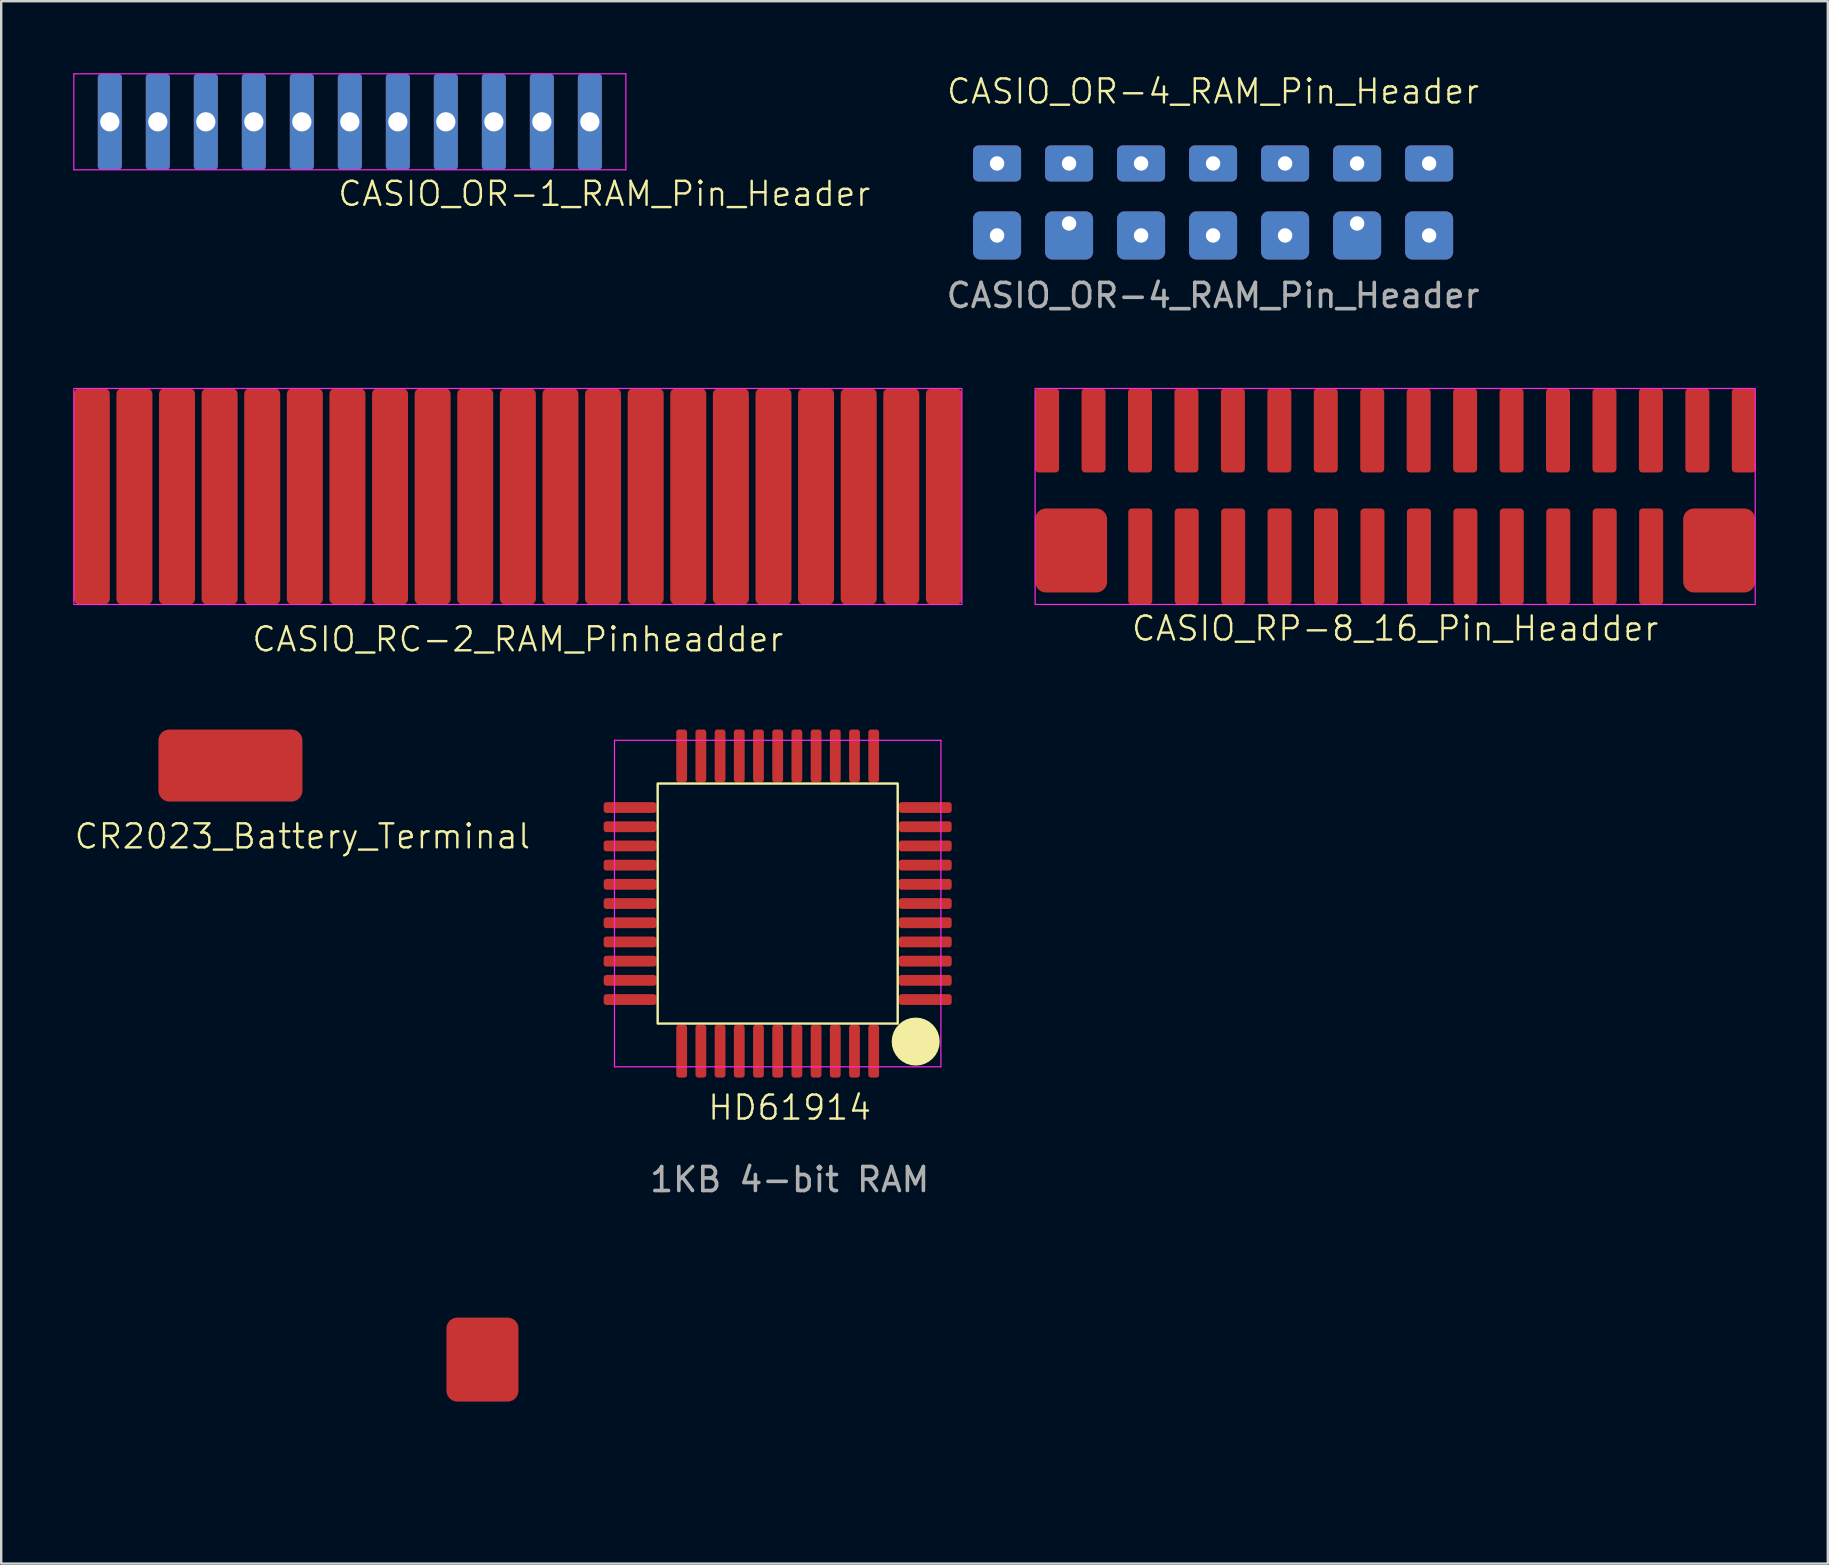
<source format=kicad_pcb>
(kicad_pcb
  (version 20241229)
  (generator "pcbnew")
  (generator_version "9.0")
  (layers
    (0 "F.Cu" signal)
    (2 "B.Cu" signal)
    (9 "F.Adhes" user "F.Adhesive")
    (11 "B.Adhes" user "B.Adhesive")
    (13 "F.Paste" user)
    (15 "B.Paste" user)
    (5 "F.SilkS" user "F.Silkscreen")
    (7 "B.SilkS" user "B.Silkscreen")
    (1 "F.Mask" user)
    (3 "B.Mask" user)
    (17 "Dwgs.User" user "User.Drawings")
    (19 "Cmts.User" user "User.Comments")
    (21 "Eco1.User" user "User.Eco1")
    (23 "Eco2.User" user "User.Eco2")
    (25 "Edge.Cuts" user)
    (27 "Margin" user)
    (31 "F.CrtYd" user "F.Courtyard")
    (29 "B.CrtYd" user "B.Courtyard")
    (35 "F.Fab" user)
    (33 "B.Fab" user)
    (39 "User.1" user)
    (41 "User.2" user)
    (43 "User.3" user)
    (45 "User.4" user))
  (footprint "CASIO_RP-8_16_Pin_Headder"
    (layer "F.Cu")
    (at 55.075 22.134)
    (property "Reference" "CASIO_RP-8_16_Pin_Headder" (at 0 1 0) (unlocked yes) (layer "F.SilkS") (effects (font (size 1 1) (thickness 0.1))))
    (attr exclude_from_pos_files exclude_from_bom)
    (fp_rect (start -15 -9) (end 15 0) (stroke (width 0.05) (type default)) (fill no) (layer "F.CrtYd"))
    (pad "1" smd roundrect (at -14.5 -7.25) (size 1 3.5) (layers "F.Cu" "F.Mask" "F.Paste") (roundrect_rratio 0.15))
    (pad "2" smd roundrect (at -12.565 -7.25) (size 1 3.5) (layers "F.Cu" "F.Mask" "F.Paste") (roundrect_rratio 0.15))
    (pad "3" smd roundrect (at -10.63 -7.25) (size 1 3.5) (layers "F.Cu" "F.Mask" "F.Paste") (roundrect_rratio 0.15))
    (pad "4" smd roundrect (at -8.695 -7.25) (size 1 3.5) (layers "F.Cu" "F.Mask" "F.Paste") (roundrect_rratio 0.15))
    (pad "5" smd roundrect (at -6.76 -7.25) (size 1 3.5) (layers "F.Cu" "F.Mask" "F.Paste") (roundrect_rratio 0.15))
    (pad "6" smd roundrect (at -4.825 -7.25) (size 1 3.5) (layers "F.Cu" "F.Mask" "F.Paste") (roundrect_rratio 0.15))
    (pad "7" smd roundrect (at -2.89 -7.25) (size 1 3.5) (layers "F.Cu" "F.Mask" "F.Paste") (roundrect_rratio 0.15))
    (pad "8" smd roundrect (at -0.955 -7.25) (size 1 3.5) (layers "F.Cu" "F.Mask" "F.Paste") (roundrect_rratio 0.15))
    (pad "9" smd roundrect (at 0.98 -7.25) (size 1 3.5) (layers "F.Cu" "F.Mask" "F.Paste") (roundrect_rratio 0.15))
    (pad "10" smd roundrect (at 2.915 -7.25) (size 1 3.5) (layers "F.Cu" "F.Mask" "F.Paste") (roundrect_rratio 0.15))
    (pad "11" smd roundrect (at 4.85 -7.25) (size 1 3.5) (layers "F.Cu" "F.Mask" "F.Paste") (roundrect_rratio 0.15))
    (pad "12" smd roundrect (at 6.785 -7.25) (size 1 3.5) (layers "F.Cu" "F.Mask" "F.Paste") (roundrect_rratio 0.15))
    (pad "13" smd roundrect (at 8.72 -7.25) (size 1 3.5) (layers "F.Cu" "F.Mask" "F.Paste") (roundrect_rratio 0.15))
    (pad "14" smd roundrect (at 10.655 -7.25) (size 1 3.5) (layers "F.Cu" "F.Mask" "F.Paste") (roundrect_rratio 0.15))
    (pad "15" smd roundrect (at 12.59 -7.25) (size 1 3.5) (layers "F.Cu" "F.Mask" "F.Paste") (roundrect_rratio 0.15))
    (pad "16" smd roundrect (at 14.525 -7.25) (size 1 3.5) (layers "F.Cu" "F.Mask" "F.Paste") (roundrect_rratio 0.15))
    (pad "17" smd roundrect (at -13.5 -2.25) (size 3 3.5) (layers "F.Cu" "F.Mask" "F.Paste") (roundrect_rratio 0.15))
    (pad "18" smd roundrect (at -10.62 -2) (size 1 4) (layers "F.Cu" "F.Mask" "F.Paste") (roundrect_rratio 0.15))
    (pad "19" smd roundrect (at -8.685 -2) (size 1 4) (layers "F.Cu" "F.Mask" "F.Paste") (roundrect_rratio 0.15))
    (pad "20" smd roundrect (at -6.75 -2) (size 1 4) (layers "F.Cu" "F.Mask" "F.Paste") (roundrect_rratio 0.15))
    (pad "21" smd roundrect (at -4.815 -2) (size 1 4) (layers "F.Cu" "F.Mask" "F.Paste") (roundrect_rratio 0.15))
    (pad "22" smd roundrect (at -2.88 -2) (size 1 4) (layers "F.Cu" "F.Mask" "F.Paste") (roundrect_rratio 0.15))
    (pad "23" smd roundrect (at -0.945 -2) (size 1 4) (layers "F.Cu" "F.Mask" "F.Paste") (roundrect_rratio 0.15))
    (pad "24" smd roundrect (at 0.99 -2) (size 1 4) (layers "F.Cu" "F.Mask" "F.Paste") (roundrect_rratio 0.15))
    (pad "25" smd roundrect (at 2.925 -2) (size 1 4) (layers "F.Cu" "F.Mask" "F.Paste") (roundrect_rratio 0.15))
    (pad "26" smd roundrect (at 4.86 -2) (size 1 4) (layers "F.Cu" "F.Mask" "F.Paste") (roundrect_rratio 0.15))
    (pad "27" smd roundrect (at 6.795 -2) (size 1 4) (layers "F.Cu" "F.Mask" "F.Paste") (roundrect_rratio 0.15))
    (pad "28" smd roundrect (at 8.73 -2) (size 1 4) (layers "F.Cu" "F.Mask" "F.Paste") (roundrect_rratio 0.15))
    (pad "29" smd roundrect (at 10.665 -2) (size 1 4) (layers "F.Cu" "F.Mask" "F.Paste") (roundrect_rratio 0.15))
    (pad "30" smd roundrect (at 13.5 -2.25) (size 3 3.5) (layers "F.Cu" "F.Mask" "F.Paste") (roundrect_rratio 0.15)))
  (footprint "CR2023_Battery_Terminal"
    (layer "F.Cu")
    (at 9.55 58.844)
    (property "Reference" "CR2023_Battery_Terminal" (at 0 -27.05 0) (unlocked yes) (layer "F.SilkS") (effects (font (size 1 1) (thickness 0.1))))
    (attr exclude_from_pos_files exclude_from_bom)
    (pad "1" smd roundrect (at 7.5 -5.25) (size 3 3.5) (layers "F.Cu" "F.Mask" "F.Paste") (roundrect_rratio 0.15))
    (pad "2" smd roundrect (at -3 -30) (size 6 3) (layers "F.Cu" "F.Mask" "F.Paste") (roundrect_rratio 0.15)))
  (footprint "CASIO_OR-4_RAM_Pin_Header"
    (layer "F.Cu")
    (at 47.49 3.76)
    (property "Reference" "CASIO_OR-4_RAM_Pin_Header" (at 0 -3 0) (unlocked yes) (layer "F.SilkS") (effects (font (size 1 1) (thickness 0.1))))
    (attr smd)
    (fp_text user "${REFERENCE}" (at 0 5.5 0) (unlocked yes) (layer "F.Fab") (effects (font (size 1 1) (thickness 0.15))))
    (pad "1" thru_hole roundrect (at -9 0) (size 2 1.5) (drill 0.6) (layers "*.Cu" "*.Mask") (roundrect_rratio 0.15))
    (pad "2" thru_hole roundrect (at -6 0) (size 2 1.5) (drill 0.6) (layers "*.Cu" "*.Mask") (roundrect_rratio 0.15))
    (pad "3" thru_hole roundrect (at -3 0) (size 2 1.5) (drill 0.6) (layers "*.Cu" "*.Mask") (roundrect_rratio 0.15))
    (pad "4" thru_hole roundrect (at 0 0) (size 2 1.5) (drill 0.6) (layers "*.Cu" "*.Mask") (roundrect_rratio 0.15))
    (pad "5" thru_hole roundrect (at 3 0) (size 2 1.5) (drill 0.6) (layers "*.Cu" "*.Mask") (roundrect_rratio 0.15))
    (pad "6" thru_hole roundrect (at 6 0) (size 2 1.5) (drill 0.6) (layers "*.Cu" "*.Mask") (roundrect_rratio 0.15))
    (pad "7" thru_hole roundrect (at 9 0) (size 2 1.5) (drill 0.6) (layers "*.Cu" "*.Mask") (roundrect_rratio 0.15))
    (pad "8" thru_hole roundrect (at -9 3) (size 2 2) (drill 0.6) (layers "*.Cu" "*.Mask") (roundrect_rratio 0.15))
    (pad "9" thru_hole roundrect (at -6 2.5) (size 2 2) (drill 0.6 (offset 0 0.5)) (layers "*.Cu" "*.Mask") (roundrect_rratio 0.15))
    (pad "10" thru_hole roundrect (at -3 3) (size 2 2) (drill 0.6) (layers "*.Cu" "*.Mask") (roundrect_rratio 0.15))
    (pad "11" thru_hole roundrect (at 0 3) (size 2 2) (drill 0.6) (layers "*.Cu" "*.Mask") (roundrect_rratio 0.15))
    (pad "12" thru_hole roundrect (at 3 3) (size 2 2) (drill 0.6) (layers "*.Cu" "*.Mask") (roundrect_rratio 0.15))
    (pad "13" thru_hole roundrect (at 6 2.5) (size 2 2) (drill 0.6 (offset 0 0.5)) (layers "*.Cu" "*.Mask") (roundrect_rratio 0.15))
    (pad "14" thru_hole roundrect (at 9 3) (size 2 2) (drill 0.6) (layers "*.Cu" "*.Mask") (roundrect_rratio 0.15)))
  (footprint "CASIO_OR-1_RAM_Pin_Header"
    (layer "F.Cu")
    (at 11.525 5.025)
    (property "Reference" "CASIO_OR-1_RAM_Pin_Header" (at 10.6 0 0) (unlocked yes) (layer "F.SilkS") (effects (font (size 1 1) (thickness 0.1))))
    (attr exclude_from_pos_files exclude_from_bom)
    (fp_line (start -11.5 -5) (end -11.5 -1) (stroke (width 0.05) (type default)) (layer "F.CrtYd"))
    (fp_line (start -11.5 -5) (end 11.5 -5) (stroke (width 0.05) (type default)) (layer "F.CrtYd"))
    (fp_line (start -11.5 -1) (end 11.5 -1) (stroke (width 0.05) (type default)) (layer "F.CrtYd"))
    (fp_line (start 11.5 -5) (end 11.5 -1) (stroke (width 0.05) (type default)) (layer "F.CrtYd"))
    (pad "1" thru_hole roundrect (at -10 -3) (size 1 4) (drill 0.8) (layers "*.Cu" "*.Mask") (roundrect_rratio 0.15))
    (pad "2" thru_hole roundrect (at -8 -3) (size 1 4) (drill 0.8) (layers "*.Cu" "*.Mask") (roundrect_rratio 0.15))
    (pad "3" thru_hole roundrect (at -6 -3) (size 1 4) (drill 0.8) (layers "*.Cu" "*.Mask") (roundrect_rratio 0.15))
    (pad "4" thru_hole roundrect (at -4 -3) (size 1 4) (drill 0.8) (layers "*.Cu" "*.Mask") (roundrect_rratio 0.15))
    (pad "5" thru_hole roundrect (at -2 -3) (size 1 4) (drill 0.8) (layers "*.Cu" "*.Mask") (roundrect_rratio 0.15))
    (pad "6" thru_hole roundrect (at 0 -3) (size 1 4) (drill 0.8) (layers "*.Cu" "*.Mask") (roundrect_rratio 0.15))
    (pad "7" thru_hole roundrect (at 2 -3) (size 1 4) (drill 0.8) (layers "*.Cu" "*.Mask") (roundrect_rratio 0.15))
    (pad "8" thru_hole roundrect (at 4 -3) (size 1 4) (drill 0.8) (layers "*.Cu" "*.Mask") (roundrect_rratio 0.15))
    (pad "9" thru_hole roundrect (at 6 -3) (size 1 4) (drill 0.8) (layers "*.Cu" "*.Mask") (roundrect_rratio 0.15))
    (pad "10" thru_hole roundrect (at 8 -3) (size 1 4) (drill 0.8) (layers "*.Cu" "*.Mask") (roundrect_rratio 0.15))
    (pad "11" thru_hole roundrect (at 10 -3) (size 1 4) (drill 0.8) (layers "*.Cu" "*.Mask") (roundrect_rratio 0.15)))
  (footprint "CASIO_RC-2_RAM_Pinheadder"
    (layer "F.Cu")
    (at 18.525 22.134)
    (property "Reference" "CASIO_RC-2_RAM_Pinheadder" (at 0 1.45 0) (unlocked yes) (layer "F.SilkS") (effects (font (size 1 1) (thickness 0.1))))
    (attr exclude_from_pos_files exclude_from_bom)
    (fp_rect (start -18.5 -9) (end 18.5 0) (stroke (width 0.05) (type solid)) (fill no) (layer "F.CrtYd"))
    (pad "1" smd roundrect (at -17.75 -4.5) (size 1.5 9) (layers "F.Cu" "F.Mask" "F.Paste") (roundrect_rratio 0.15))
    (pad "2" smd roundrect (at -15.975 -4.5) (size 1.5 9) (layers "F.Cu" "F.Mask" "F.Paste") (roundrect_rratio 0.15))
    (pad "3" smd roundrect (at -14.2 -4.5) (size 1.5 9) (layers "F.Cu" "F.Mask" "F.Paste") (roundrect_rratio 0.15))
    (pad "4" smd roundrect (at -12.425 -4.5) (size 1.5 9) (layers "F.Cu" "F.Mask" "F.Paste") (roundrect_rratio 0.15))
    (pad "5" smd roundrect (at -10.65 -4.5) (size 1.5 9) (layers "F.Cu" "F.Mask" "F.Paste") (roundrect_rratio 0.15))
    (pad "6" smd roundrect (at -8.875 -4.5) (size 1.5 9) (layers "F.Cu" "F.Mask" "F.Paste") (roundrect_rratio 0.15))
    (pad "7" smd roundrect (at -7.1 -4.5) (size 1.5 9) (layers "F.Cu" "F.Mask" "F.Paste") (roundrect_rratio 0.15))
    (pad "8" smd roundrect (at -5.325 -4.5) (size 1.5 9) (layers "F.Cu" "F.Mask" "F.Paste") (roundrect_rratio 0.15))
    (pad "9" smd roundrect (at -3.55 -4.5) (size 1.5 9) (layers "F.Cu" "F.Mask" "F.Paste") (roundrect_rratio 0.15))
    (pad "10" smd roundrect (at -1.775 -4.5) (size 1.5 9) (layers "F.Cu" "F.Mask" "F.Paste") (roundrect_rratio 0.15))
    (pad "11" smd roundrect (at 0 -4.5) (size 1.5 9) (layers "F.Cu" "F.Mask" "F.Paste" "Eco1.User") (roundrect_rratio 0.15))
    (pad "12" smd roundrect (at 1.775 -4.5) (size 1.5 9) (layers "F.Cu" "F.Mask" "F.Paste") (roundrect_rratio 0.15))
    (pad "13" smd roundrect (at 3.55 -4.5) (size 1.5 9) (layers "F.Cu" "F.Mask" "F.Paste") (roundrect_rratio 0.15))
    (pad "14" smd roundrect (at 5.325 -4.5) (size 1.5 9) (layers "F.Cu" "F.Mask" "F.Paste") (roundrect_rratio 0.15))
    (pad "15" smd roundrect (at 7.1 -4.5) (size 1.5 9) (layers "F.Cu" "F.Mask" "F.Paste") (roundrect_rratio 0.15))
    (pad "16" smd roundrect (at 8.875 -4.5) (size 1.5 9) (layers "F.Cu" "F.Mask" "F.Paste") (roundrect_rratio 0.15))
    (pad "17" smd roundrect (at 10.65 -4.5) (size 1.5 9) (layers "F.Cu" "F.Mask" "F.Paste") (roundrect_rratio 0.15))
    (pad "18" smd roundrect (at 12.425 -4.5) (size 1.5 9) (layers "F.Cu" "F.Mask" "F.Paste") (roundrect_rratio 0.15))
    (pad "19" smd roundrect (at 14.2 -4.5) (size 1.5 9) (layers "F.Cu" "F.Mask" "F.Paste") (roundrect_rratio 0.15))
    (pad "20" smd roundrect (at 15.975 -4.5) (size 1.5 9) (layers "F.Cu" "F.Mask" "F.Paste") (roundrect_rratio 0.15))
    (pad "21" smd roundrect (at 17.75 -4.5) (size 1.5 9) (layers "F.Cu" "F.Mask" "F.Paste") (roundrect_rratio 0.15)))
  (footprint "HD61914"
    (layer "F.Cu")
    (at 29.85 46.094)
    (property "Reference" "HD61914" (at 0 -3 0) (unlocked yes) (layer "F.SilkS") (effects (font (size 1 1) (thickness 0.1))))
    (attr smd)
    (fp_rect (start -5.5 -16.5) (end 4.5 -6.5) (stroke (width 0.1) (type default)) (fill no) (layer "F.SilkS"))
    (fp_circle (center 5.25 -5.75) (end 5.75 -5.75) (stroke (width 1) (type solid)) (fill no) (layer "F.SilkS"))
    (fp_line (start -7.3 -18.3) (end 6.3 -18.3) (stroke (width 0.05) (type default)) (layer "F.CrtYd"))
    (fp_line (start -7.3 -4.7) (end -7.3 -18.3) (stroke (width 0.05) (type default)) (layer "F.CrtYd"))
    (fp_line (start 6.3 -18.3) (end 6.3 -4.7) (stroke (width 0.05) (type default)) (layer "F.CrtYd"))
    (fp_line (start 6.3 -4.7) (end -7.3 -4.7) (stroke (width 0.05) (type default)) (layer "F.CrtYd"))
    (fp_text user "1KB 4-bit RAM" (at 0 0 0) (unlocked yes) (layer "F.Fab") (effects (font (size 1 1) (thickness 0.15))))
    (pad "1" smd roundrect (at 5.65 -7.5) (size 2.2 0.45) (layers "F.Cu" "F.Mask" "F.Paste") (roundrect_rratio 0.25))
    (pad "2" smd roundrect (at 5.65 -8.3) (size 2.2 0.45) (layers "F.Cu" "F.Mask" "F.Paste") (roundrect_rratio 0.25))
    (pad "3" smd roundrect (at 5.65 -9.1) (size 2.2 0.45) (layers "F.Cu" "F.Mask" "F.Paste") (roundrect_rratio 0.25))
    (pad "4" smd roundrect (at 5.65 -9.9) (size 2.2 0.45) (layers "F.Cu" "F.Mask" "F.Paste") (roundrect_rratio 0.25))
    (pad "5" smd roundrect (at 5.65 -10.7) (size 2.2 0.45) (layers "F.Cu" "F.Mask" "F.Paste") (roundrect_rratio 0.25))
    (pad "6" smd roundrect (at 5.65 -11.5) (size 2.2 0.45) (layers "F.Cu" "F.Mask" "F.Paste") (roundrect_rratio 0.25))
    (pad "7" smd roundrect (at 5.65 -12.3) (size 2.2 0.45) (layers "F.Cu" "F.Mask" "F.Paste") (roundrect_rratio 0.25))
    (pad "8" smd roundrect (at 5.65 -13.1) (size 2.2 0.45) (layers "F.Cu" "F.Mask" "F.Paste") (roundrect_rratio 0.25))
    (pad "9" smd roundrect (at 5.65 -13.9) (size 2.2 0.45) (layers "F.Cu" "F.Mask" "F.Paste") (roundrect_rratio 0.25))
    (pad "10" smd roundrect (at 5.65 -14.7) (size 2.2 0.45) (layers "F.Cu" "F.Mask" "F.Paste") (roundrect_rratio 0.25))
    (pad "11" smd roundrect (at 5.65 -15.5) (size 2.2 0.45) (layers "F.Cu" "F.Mask" "F.Paste") (roundrect_rratio 0.25))
    (pad "12" smd roundrect (at 3.5 -17.65) (size 0.45 2.2) (layers "F.Cu" "F.Mask" "F.Paste") (roundrect_rratio 0.25))
    (pad "13" smd roundrect (at 2.7 -17.65) (size 0.45 2.2) (layers "F.Cu" "F.Mask" "F.Paste") (roundrect_rratio 0.25))
    (pad "14" smd roundrect (at 1.9 -17.65) (size 0.45 2.2) (layers "F.Cu" "F.Mask" "F.Paste") (roundrect_rratio 0.25))
    (pad "15" smd roundrect (at 1.1 -17.65) (size 0.45 2.2) (layers "F.Cu" "F.Mask" "F.Paste") (roundrect_rratio 0.25))
    (pad "16" smd roundrect (at 0.3 -17.65) (size 0.45 2.2) (layers "F.Cu" "F.Mask" "F.Paste") (roundrect_rratio 0.25))
    (pad "17" smd roundrect (at -0.5 -17.65) (size 0.45 2.2) (layers "F.Cu" "F.Mask" "F.Paste") (roundrect_rratio 0.25))
    (pad "18" smd roundrect (at -1.3 -17.65) (size 0.45 2.2) (layers "F.Cu" "F.Mask" "F.Paste") (roundrect_rratio 0.25))
    (pad "19" smd roundrect (at -2.1 -17.65) (size 0.45 2.2) (layers "F.Cu" "F.Mask" "F.Paste") (roundrect_rratio 0.25))
    (pad "20" smd roundrect (at -2.9 -17.65) (size 0.45 2.2) (layers "F.Cu" "F.Mask" "F.Paste") (roundrect_rratio 0.25))
    (pad "21" smd roundrect (at -3.7 -17.65) (size 0.45 2.2) (layers "F.Cu" "F.Mask" "F.Paste") (roundrect_rratio 0.25))
    (pad "22" smd roundrect (at -4.5 -17.65) (size 0.45 2.2) (layers "F.Cu" "F.Mask" "F.Paste") (roundrect_rratio 0.25))
    (pad "23" smd roundrect (at -6.65 -15.5) (size 2.2 0.45) (layers "F.Cu" "F.Mask" "F.Paste") (roundrect_rratio 0.25))
    (pad "24" smd roundrect (at -6.65 -14.7) (size 2.2 0.45) (layers "F.Cu" "F.Mask" "F.Paste") (roundrect_rratio 0.25))
    (pad "25" smd roundrect (at -6.65 -13.9) (size 2.2 0.45) (layers "F.Cu" "F.Mask" "F.Paste") (roundrect_rratio 0.25))
    (pad "26" smd roundrect (at -6.65 -13.1) (size 2.2 0.45) (layers "F.Cu" "F.Mask" "F.Paste") (roundrect_rratio 0.25))
    (pad "27" smd roundrect (at -6.65 -12.3) (size 2.2 0.45) (layers "F.Cu" "F.Mask" "F.Paste") (roundrect_rratio 0.25))
    (pad "28" smd roundrect (at -6.65 -11.5) (size 2.2 0.45) (layers "F.Cu" "F.Mask" "F.Paste") (roundrect_rratio 0.25))
    (pad "29" smd roundrect (at -6.65 -10.7) (size 2.2 0.45) (layers "F.Cu" "F.Mask" "F.Paste") (roundrect_rratio 0.25))
    (pad "30" smd roundrect (at -6.65 -9.9) (size 2.2 0.45) (layers "F.Cu" "F.Mask" "F.Paste") (roundrect_rratio 0.25))
    (pad "31" smd roundrect (at -6.65 -9.1) (size 2.2 0.45) (layers "F.Cu" "F.Mask" "F.Paste") (roundrect_rratio 0.25))
    (pad "32" smd roundrect (at -6.65 -8.3) (size 2.2 0.45) (layers "F.Cu" "F.Mask" "F.Paste") (roundrect_rratio 0.25))
    (pad "33" smd roundrect (at -6.65 -7.5) (size 2.2 0.45) (layers "F.Cu" "F.Mask" "F.Paste") (roundrect_rratio 0.25))
    (pad "34" smd roundrect (at -4.5 -5.35) (size 0.45 2.2) (layers "F.Cu" "F.Mask" "F.Paste") (roundrect_rratio 0.25))
    (pad "35" smd roundrect (at -3.7 -5.35) (size 0.45 2.2) (layers "F.Cu" "F.Mask" "F.Paste") (roundrect_rratio 0.25))
    (pad "36" smd roundrect (at -2.9 -5.35) (size 0.45 2.2) (layers "F.Cu" "F.Mask" "F.Paste") (roundrect_rratio 0.25))
    (pad "37" smd roundrect (at -2.1 -5.35) (size 0.45 2.2) (layers "F.Cu" "F.Mask" "F.Paste") (roundrect_rratio 0.25))
    (pad "38" smd roundrect (at -1.3 -5.35) (size 0.45 2.2) (layers "F.Cu" "F.Mask" "F.Paste") (roundrect_rratio 0.25))
    (pad "39" smd roundrect (at -0.5 -5.35) (size 0.45 2.2) (layers "F.Cu" "F.Mask" "F.Paste") (roundrect_rratio 0.25))
    (pad "40" smd roundrect (at 0.3 -5.35) (size 0.45 2.2) (layers "F.Cu" "F.Mask" "F.Paste") (roundrect_rratio 0.25))
    (pad "41" smd roundrect (at 1.1 -5.35) (size 0.45 2.2) (layers "F.Cu" "F.Mask" "F.Paste") (roundrect_rratio 0.25))
    (pad "42" smd roundrect (at 1.9 -5.35) (size 0.45 2.2) (layers "F.Cu" "F.Mask" "F.Paste") (roundrect_rratio 0.25))
    (pad "43" smd roundrect (at 2.7 -5.35) (size 0.45 2.2) (layers "F.Cu" "F.Mask" "F.Paste") (roundrect_rratio 0.25))
    (pad "44" smd roundrect (at 3.5 -5.35) (size 0.45 2.2) (layers "F.Cu" "F.Mask" "F.Paste") (roundrect_rratio 0.25)))
  (gr_rect
    (start -3 -3)
    (end 73.1 62.094)
    (stroke (width 0.1) (type default))
    (fill no)
    (layer "Edge.Cuts")))
</source>
